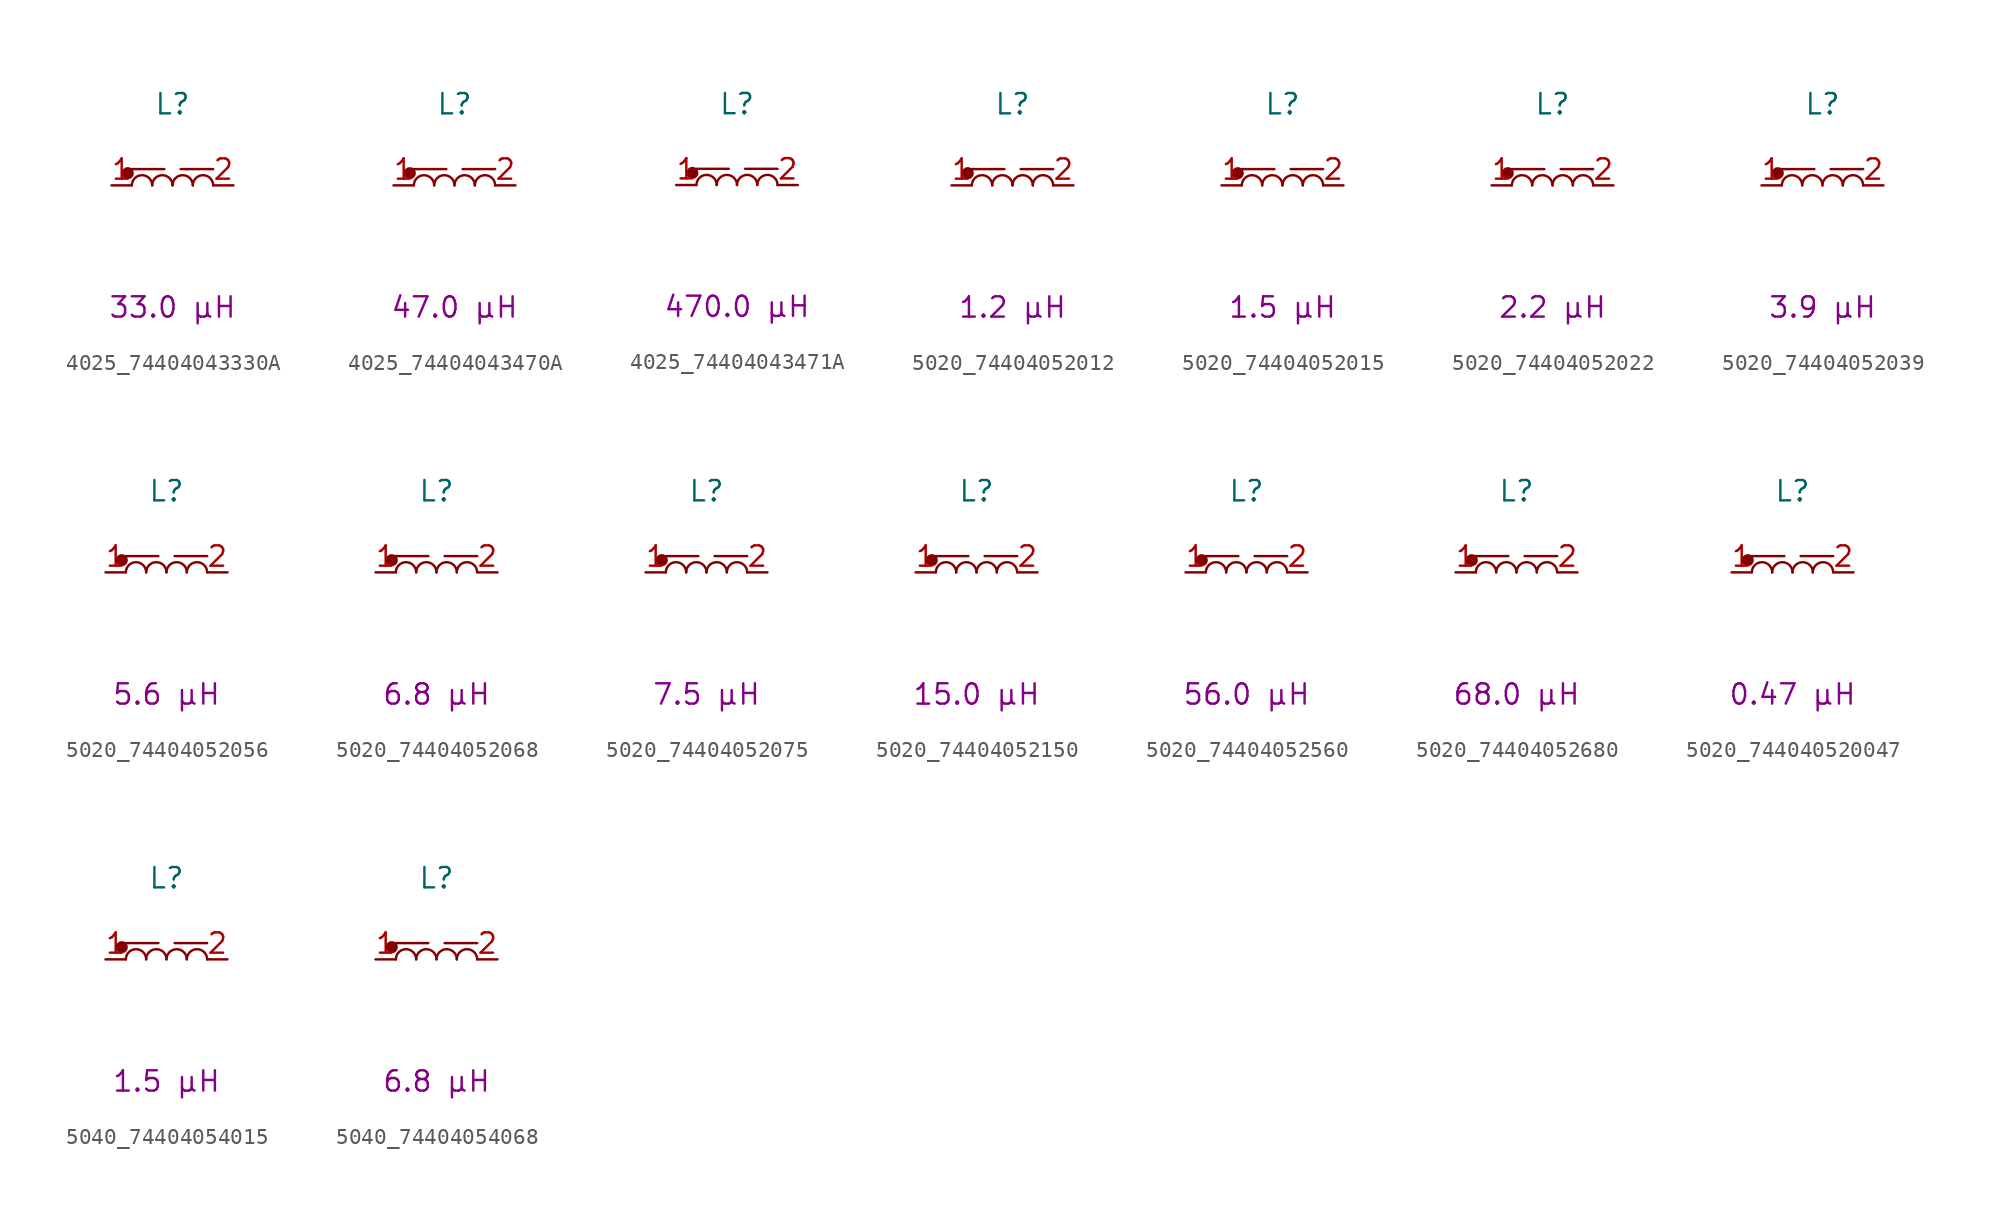
<source format=kicad_sym>
(kicad_symbol_lib
  (version 20220914)
  (generator kicad_symbol_editor)
  (symbol "4025_74404043330A"
    (pin_names hide)
    (property "Reference" "L"
      (at 0 5.08 0)
      (effects (font (size 1.27 1.27))))
    (property "Critical Parameter" "33.0 µH"
      (at 0 -7.62 0)
      (effects (font (size 1.27 1.27))))
    (symbol "4025_74404043330A_0_1"
      (arc (start -1.27 0) (mid -1.905 0.6323) (end -2.54 0) (stroke (width 0) (type default)) (fill (type none)))
      (arc (start 0 0) (mid -0.635 0.6323) (end -1.27 0) (stroke (width 0) (type default)) (fill (type none)))
      (polyline (pts (xy -2.54 1.016) (xy -0.508 1.016)) (stroke (width 0) (type default)) (fill (type none)))
      (arc (start 1.27 0) (mid 0.635 0.6323) (end 0 0) (stroke (width 0) (type default)) (fill (type none)))
      (arc (start 2.54 0) (mid 1.905 0.6323) (end 1.27 0) (stroke (width 0) (type default)) (fill (type none))))
    (symbol "4025_74404043330A_1_1"
      (circle (center -2.794 0.762) (radius 0.0001) (stroke (width 0.381) (type default)) (fill (type none)))
      (polyline (pts (xy 2.54 1.016) (xy 0.508 1.016)) (stroke (width 0) (type default)) (fill (type none)))
      (pin passive line (at -3.81 0 0) (length 1.27) (name "1" (effects (font (size 1.27 1.27)))) (number "1" (effects (font (size 1.27 1.27)))))
      (pin passive line (at 3.81 0 180) (length 1.27) (name "2" (effects (font (size 1.27 1.27)))) (number "2" (effects (font (size 1.27 1.27)))))))
  (symbol "4025_74404043470A"
    (pin_names hide)
    (property "Reference" "L"
      (at 0 5.08 0)
      (effects (font (size 1.27 1.27))))
    (property "Critical Parameter" "47.0 µH"
      (at 0 -7.62 0)
      (effects (font (size 1.27 1.27))))
    (symbol "4025_74404043470A_0_1"
      (arc (start -1.27 0) (mid -1.905 0.6323) (end -2.54 0) (stroke (width 0) (type default)) (fill (type none)))
      (arc (start 0 0) (mid -0.635 0.6323) (end -1.27 0) (stroke (width 0) (type default)) (fill (type none)))
      (polyline (pts (xy -2.54 1.016) (xy -0.508 1.016)) (stroke (width 0) (type default)) (fill (type none)))
      (arc (start 1.27 0) (mid 0.635 0.6323) (end 0 0) (stroke (width 0) (type default)) (fill (type none)))
      (arc (start 2.54 0) (mid 1.905 0.6323) (end 1.27 0) (stroke (width 0) (type default)) (fill (type none))))
    (symbol "4025_74404043470A_1_1"
      (circle (center -2.794 0.762) (radius 0.0001) (stroke (width 0.381) (type default)) (fill (type none)))
      (polyline (pts (xy 2.54 1.016) (xy 0.508 1.016)) (stroke (width 0) (type default)) (fill (type none)))
      (pin passive line (at -3.81 0 0) (length 1.27) (name "1" (effects (font (size 1.27 1.27)))) (number "1" (effects (font (size 1.27 1.27)))))
      (pin passive line (at 3.81 0 180) (length 1.27) (name "2" (effects (font (size 1.27 1.27)))) (number "2" (effects (font (size 1.27 1.27)))))))
  (symbol "4025_74404043471A"
    (pin_names hide)
    (property "Reference" "L"
      (at 0 5.08 0)
      (effects (font (size 1.27 1.27))))
    (property "Critical Parameter" "470.0 µH"
      (at 0 -7.62 0)
      (effects (font (size 1.27 1.27))))
    (symbol "4025_74404043471A_0_1"
      (arc (start -1.27 0) (mid -1.905 0.6323) (end -2.54 0) (stroke (width 0) (type default)) (fill (type none)))
      (arc (start 0 0) (mid -0.635 0.6323) (end -1.27 0) (stroke (width 0) (type default)) (fill (type none)))
      (polyline (pts (xy -2.54 1.016) (xy -0.508 1.016)) (stroke (width 0) (type default)) (fill (type none)))
      (arc (start 1.27 0) (mid 0.635 0.6323) (end 0 0) (stroke (width 0) (type default)) (fill (type none)))
      (arc (start 2.54 0) (mid 1.905 0.6323) (end 1.27 0) (stroke (width 0) (type default)) (fill (type none))))
    (symbol "4025_74404043471A_1_1"
      (circle (center -2.794 0.762) (radius 0.0001) (stroke (width 0.381) (type default)) (fill (type none)))
      (polyline (pts (xy 2.54 1.016) (xy 0.508 1.016)) (stroke (width 0) (type default)) (fill (type none)))
      (pin passive line (at -3.81 0 0) (length 1.27) (name "1" (effects (font (size 1.27 1.27)))) (number "1" (effects (font (size 1.27 1.27)))))
      (pin passive line (at 3.81 0 180) (length 1.27) (name "2" (effects (font (size 1.27 1.27)))) (number "2" (effects (font (size 1.27 1.27)))))))
  (symbol "5020_74404052012"
    (pin_names hide)
    (property "Reference" "L"
      (at 0 5.08 0)
      (effects (font (size 1.27 1.27))))
    (property "Critical Parameter" "1.2 µH"
      (at 0 -7.62 0)
      (effects (font (size 1.27 1.27))))
    (symbol "5020_74404052012_0_1"
      (arc (start -1.27 0) (mid -1.905 0.6323) (end -2.54 0) (stroke (width 0) (type default)) (fill (type none)))
      (arc (start 0 0) (mid -0.635 0.6323) (end -1.27 0) (stroke (width 0) (type default)) (fill (type none)))
      (polyline (pts (xy -2.54 1.016) (xy -0.508 1.016)) (stroke (width 0) (type default)) (fill (type none)))
      (arc (start 1.27 0) (mid 0.635 0.6323) (end 0 0) (stroke (width 0) (type default)) (fill (type none)))
      (arc (start 2.54 0) (mid 1.905 0.6323) (end 1.27 0) (stroke (width 0) (type default)) (fill (type none))))
    (symbol "5020_74404052012_1_1"
      (circle (center -2.794 0.762) (radius 0.0001) (stroke (width 0.381) (type default)) (fill (type none)))
      (polyline (pts (xy 2.54 1.016) (xy 0.508 1.016)) (stroke (width 0) (type default)) (fill (type none)))
      (pin passive line (at -3.81 0 0) (length 1.27) (name "1" (effects (font (size 1.27 1.27)))) (number "1" (effects (font (size 1.27 1.27)))))
      (pin passive line (at 3.81 0 180) (length 1.27) (name "2" (effects (font (size 1.27 1.27)))) (number "2" (effects (font (size 1.27 1.27)))))))
  (symbol "5020_74404052015"
    (pin_names hide)
    (property "Reference" "L"
      (at 0 5.08 0)
      (effects (font (size 1.27 1.27))))
    (property "Critical Parameter" "1.5 µH"
      (at 0 -7.62 0)
      (effects (font (size 1.27 1.27))))
    (symbol "5020_74404052015_0_1"
      (arc (start -1.27 0) (mid -1.905 0.6323) (end -2.54 0) (stroke (width 0) (type default)) (fill (type none)))
      (arc (start 0 0) (mid -0.635 0.6323) (end -1.27 0) (stroke (width 0) (type default)) (fill (type none)))
      (polyline (pts (xy -2.54 1.016) (xy -0.508 1.016)) (stroke (width 0) (type default)) (fill (type none)))
      (arc (start 1.27 0) (mid 0.635 0.6323) (end 0 0) (stroke (width 0) (type default)) (fill (type none)))
      (arc (start 2.54 0) (mid 1.905 0.6323) (end 1.27 0) (stroke (width 0) (type default)) (fill (type none))))
    (symbol "5020_74404052015_1_1"
      (circle (center -2.794 0.762) (radius 0.0001) (stroke (width 0.381) (type default)) (fill (type none)))
      (polyline (pts (xy 2.54 1.016) (xy 0.508 1.016)) (stroke (width 0) (type default)) (fill (type none)))
      (pin passive line (at -3.81 0 0) (length 1.27) (name "1" (effects (font (size 1.27 1.27)))) (number "1" (effects (font (size 1.27 1.27)))))
      (pin passive line (at 3.81 0 180) (length 1.27) (name "2" (effects (font (size 1.27 1.27)))) (number "2" (effects (font (size 1.27 1.27)))))))
  (symbol "5020_74404052022"
    (pin_names hide)
    (property "Reference" "L"
      (at 0 5.08 0)
      (effects (font (size 1.27 1.27))))
    (property "Critical Parameter" "2.2 µH"
      (at 0 -7.62 0)
      (effects (font (size 1.27 1.27))))
    (symbol "5020_74404052022_0_1"
      (arc (start -1.27 0) (mid -1.905 0.6323) (end -2.54 0) (stroke (width 0) (type default)) (fill (type none)))
      (arc (start 0 0) (mid -0.635 0.6323) (end -1.27 0) (stroke (width 0) (type default)) (fill (type none)))
      (polyline (pts (xy -2.54 1.016) (xy -0.508 1.016)) (stroke (width 0) (type default)) (fill (type none)))
      (arc (start 1.27 0) (mid 0.635 0.6323) (end 0 0) (stroke (width 0) (type default)) (fill (type none)))
      (arc (start 2.54 0) (mid 1.905 0.6323) (end 1.27 0) (stroke (width 0) (type default)) (fill (type none))))
    (symbol "5020_74404052022_1_1"
      (circle (center -2.794 0.762) (radius 0.0001) (stroke (width 0.381) (type default)) (fill (type none)))
      (polyline (pts (xy 2.54 1.016) (xy 0.508 1.016)) (stroke (width 0) (type default)) (fill (type none)))
      (pin passive line (at -3.81 0 0) (length 1.27) (name "1" (effects (font (size 1.27 1.27)))) (number "1" (effects (font (size 1.27 1.27)))))
      (pin passive line (at 3.81 0 180) (length 1.27) (name "2" (effects (font (size 1.27 1.27)))) (number "2" (effects (font (size 1.27 1.27)))))))
  (symbol "5020_74404052039"
    (pin_names hide)
    (property "Reference" "L"
      (at 0 5.08 0)
      (effects (font (size 1.27 1.27))))
    (property "Critical Parameter" "3.9 µH"
      (at 0 -7.62 0)
      (effects (font (size 1.27 1.27))))
    (symbol "5020_74404052039_0_1"
      (arc (start -1.27 0) (mid -1.905 0.6323) (end -2.54 0) (stroke (width 0) (type default)) (fill (type none)))
      (arc (start 0 0) (mid -0.635 0.6323) (end -1.27 0) (stroke (width 0) (type default)) (fill (type none)))
      (polyline (pts (xy -2.54 1.016) (xy -0.508 1.016)) (stroke (width 0) (type default)) (fill (type none)))
      (arc (start 1.27 0) (mid 0.635 0.6323) (end 0 0) (stroke (width 0) (type default)) (fill (type none)))
      (arc (start 2.54 0) (mid 1.905 0.6323) (end 1.27 0) (stroke (width 0) (type default)) (fill (type none))))
    (symbol "5020_74404052039_1_1"
      (circle (center -2.794 0.762) (radius 0.0001) (stroke (width 0.381) (type default)) (fill (type none)))
      (polyline (pts (xy 2.54 1.016) (xy 0.508 1.016)) (stroke (width 0) (type default)) (fill (type none)))
      (pin passive line (at -3.81 0 0) (length 1.27) (name "1" (effects (font (size 1.27 1.27)))) (number "1" (effects (font (size 1.27 1.27)))))
      (pin passive line (at 3.81 0 180) (length 1.27) (name "2" (effects (font (size 1.27 1.27)))) (number "2" (effects (font (size 1.27 1.27)))))))
  (symbol "5020_74404052056"
    (pin_names hide)
    (property "Reference" "L"
      (at 0 5.08 0)
      (effects (font (size 1.27 1.27))))
    (property "Critical Parameter" "5.6 µH"
      (at 0 -7.62 0)
      (effects (font (size 1.27 1.27))))
    (symbol "5020_74404052056_0_1"
      (arc (start -1.27 0) (mid -1.905 0.6323) (end -2.54 0) (stroke (width 0) (type default)) (fill (type none)))
      (arc (start 0 0) (mid -0.635 0.6323) (end -1.27 0) (stroke (width 0) (type default)) (fill (type none)))
      (polyline (pts (xy -2.54 1.016) (xy -0.508 1.016)) (stroke (width 0) (type default)) (fill (type none)))
      (arc (start 1.27 0) (mid 0.635 0.6323) (end 0 0) (stroke (width 0) (type default)) (fill (type none)))
      (arc (start 2.54 0) (mid 1.905 0.6323) (end 1.27 0) (stroke (width 0) (type default)) (fill (type none))))
    (symbol "5020_74404052056_1_1"
      (circle (center -2.794 0.762) (radius 0.0001) (stroke (width 0.381) (type default)) (fill (type none)))
      (polyline (pts (xy 2.54 1.016) (xy 0.508 1.016)) (stroke (width 0) (type default)) (fill (type none)))
      (pin passive line (at -3.81 0 0) (length 1.27) (name "1" (effects (font (size 1.27 1.27)))) (number "1" (effects (font (size 1.27 1.27)))))
      (pin passive line (at 3.81 0 180) (length 1.27) (name "2" (effects (font (size 1.27 1.27)))) (number "2" (effects (font (size 1.27 1.27)))))))
  (symbol "5020_74404052068"
    (pin_names hide)
    (property "Reference" "L"
      (at 0 5.08 0)
      (effects (font (size 1.27 1.27))))
    (property "Critical Parameter" "6.8 µH"
      (at 0 -7.62 0)
      (effects (font (size 1.27 1.27))))
    (symbol "5020_74404052068_0_1"
      (arc (start -1.27 0) (mid -1.905 0.6323) (end -2.54 0) (stroke (width 0) (type default)) (fill (type none)))
      (arc (start 0 0) (mid -0.635 0.6323) (end -1.27 0) (stroke (width 0) (type default)) (fill (type none)))
      (polyline (pts (xy -2.54 1.016) (xy -0.508 1.016)) (stroke (width 0) (type default)) (fill (type none)))
      (arc (start 1.27 0) (mid 0.635 0.6323) (end 0 0) (stroke (width 0) (type default)) (fill (type none)))
      (arc (start 2.54 0) (mid 1.905 0.6323) (end 1.27 0) (stroke (width 0) (type default)) (fill (type none))))
    (symbol "5020_74404052068_1_1"
      (circle (center -2.794 0.762) (radius 0.0001) (stroke (width 0.381) (type default)) (fill (type none)))
      (polyline (pts (xy 2.54 1.016) (xy 0.508 1.016)) (stroke (width 0) (type default)) (fill (type none)))
      (pin passive line (at -3.81 0 0) (length 1.27) (name "1" (effects (font (size 1.27 1.27)))) (number "1" (effects (font (size 1.27 1.27)))))
      (pin passive line (at 3.81 0 180) (length 1.27) (name "2" (effects (font (size 1.27 1.27)))) (number "2" (effects (font (size 1.27 1.27)))))))
  (symbol "5020_74404052075"
    (pin_names hide)
    (property "Reference" "L"
      (at 0 5.08 0)
      (effects (font (size 1.27 1.27))))
    (property "Critical Parameter" "7.5 µH"
      (at 0 -7.62 0)
      (effects (font (size 1.27 1.27))))
    (symbol "5020_74404052075_0_1"
      (arc (start -1.27 0) (mid -1.905 0.6323) (end -2.54 0) (stroke (width 0) (type default)) (fill (type none)))
      (arc (start 0 0) (mid -0.635 0.6323) (end -1.27 0) (stroke (width 0) (type default)) (fill (type none)))
      (polyline (pts (xy -2.54 1.016) (xy -0.508 1.016)) (stroke (width 0) (type default)) (fill (type none)))
      (arc (start 1.27 0) (mid 0.635 0.6323) (end 0 0) (stroke (width 0) (type default)) (fill (type none)))
      (arc (start 2.54 0) (mid 1.905 0.6323) (end 1.27 0) (stroke (width 0) (type default)) (fill (type none))))
    (symbol "5020_74404052075_1_1"
      (circle (center -2.794 0.762) (radius 0.0001) (stroke (width 0.381) (type default)) (fill (type none)))
      (polyline (pts (xy 2.54 1.016) (xy 0.508 1.016)) (stroke (width 0) (type default)) (fill (type none)))
      (pin passive line (at -3.81 0 0) (length 1.27) (name "1" (effects (font (size 1.27 1.27)))) (number "1" (effects (font (size 1.27 1.27)))))
      (pin passive line (at 3.81 0 180) (length 1.27) (name "2" (effects (font (size 1.27 1.27)))) (number "2" (effects (font (size 1.27 1.27)))))))
  (symbol "5020_74404052150"
    (pin_names hide)
    (property "Reference" "L"
      (at 0 5.08 0)
      (effects (font (size 1.27 1.27))))
    (property "Critical Parameter" "15.0 µH"
      (at 0 -7.62 0)
      (effects (font (size 1.27 1.27))))
    (symbol "5020_74404052150_0_1"
      (arc (start -1.27 0) (mid -1.905 0.6323) (end -2.54 0) (stroke (width 0) (type default)) (fill (type none)))
      (arc (start 0 0) (mid -0.635 0.6323) (end -1.27 0) (stroke (width 0) (type default)) (fill (type none)))
      (polyline (pts (xy -2.54 1.016) (xy -0.508 1.016)) (stroke (width 0) (type default)) (fill (type none)))
      (arc (start 1.27 0) (mid 0.635 0.6323) (end 0 0) (stroke (width 0) (type default)) (fill (type none)))
      (arc (start 2.54 0) (mid 1.905 0.6323) (end 1.27 0) (stroke (width 0) (type default)) (fill (type none))))
    (symbol "5020_74404052150_1_1"
      (circle (center -2.794 0.762) (radius 0.0001) (stroke (width 0.381) (type default)) (fill (type none)))
      (polyline (pts (xy 2.54 1.016) (xy 0.508 1.016)) (stroke (width 0) (type default)) (fill (type none)))
      (pin passive line (at -3.81 0 0) (length 1.27) (name "1" (effects (font (size 1.27 1.27)))) (number "1" (effects (font (size 1.27 1.27)))))
      (pin passive line (at 3.81 0 180) (length 1.27) (name "2" (effects (font (size 1.27 1.27)))) (number "2" (effects (font (size 1.27 1.27)))))))
  (symbol "5020_74404052560"
    (pin_names hide)
    (property "Reference" "L"
      (at 0 5.08 0)
      (effects (font (size 1.27 1.27))))
    (property "Critical Parameter" "56.0 µH"
      (at 0 -7.62 0)
      (effects (font (size 1.27 1.27))))
    (symbol "5020_74404052560_0_1"
      (arc (start -1.27 0) (mid -1.905 0.6323) (end -2.54 0) (stroke (width 0) (type default)) (fill (type none)))
      (arc (start 0 0) (mid -0.635 0.6323) (end -1.27 0) (stroke (width 0) (type default)) (fill (type none)))
      (polyline (pts (xy -2.54 1.016) (xy -0.508 1.016)) (stroke (width 0) (type default)) (fill (type none)))
      (arc (start 1.27 0) (mid 0.635 0.6323) (end 0 0) (stroke (width 0) (type default)) (fill (type none)))
      (arc (start 2.54 0) (mid 1.905 0.6323) (end 1.27 0) (stroke (width 0) (type default)) (fill (type none))))
    (symbol "5020_74404052560_1_1"
      (circle (center -2.794 0.762) (radius 0.0001) (stroke (width 0.381) (type default)) (fill (type none)))
      (polyline (pts (xy 2.54 1.016) (xy 0.508 1.016)) (stroke (width 0) (type default)) (fill (type none)))
      (pin passive line (at -3.81 0 0) (length 1.27) (name "1" (effects (font (size 1.27 1.27)))) (number "1" (effects (font (size 1.27 1.27)))))
      (pin passive line (at 3.81 0 180) (length 1.27) (name "2" (effects (font (size 1.27 1.27)))) (number "2" (effects (font (size 1.27 1.27)))))))
  (symbol "5020_74404052680"
    (pin_names hide)
    (property "Reference" "L"
      (at 0 5.08 0)
      (effects (font (size 1.27 1.27))))
    (property "Critical Parameter" "68.0 µH"
      (at 0 -7.62 0)
      (effects (font (size 1.27 1.27))))
    (symbol "5020_74404052680_0_1"
      (arc (start -1.27 0) (mid -1.905 0.6323) (end -2.54 0) (stroke (width 0) (type default)) (fill (type none)))
      (arc (start 0 0) (mid -0.635 0.6323) (end -1.27 0) (stroke (width 0) (type default)) (fill (type none)))
      (polyline (pts (xy -2.54 1.016) (xy -0.508 1.016)) (stroke (width 0) (type default)) (fill (type none)))
      (arc (start 1.27 0) (mid 0.635 0.6323) (end 0 0) (stroke (width 0) (type default)) (fill (type none)))
      (arc (start 2.54 0) (mid 1.905 0.6323) (end 1.27 0) (stroke (width 0) (type default)) (fill (type none))))
    (symbol "5020_74404052680_1_1"
      (circle (center -2.794 0.762) (radius 0.0001) (stroke (width 0.381) (type default)) (fill (type none)))
      (polyline (pts (xy 2.54 1.016) (xy 0.508 1.016)) (stroke (width 0) (type default)) (fill (type none)))
      (pin passive line (at -3.81 0 0) (length 1.27) (name "1" (effects (font (size 1.27 1.27)))) (number "1" (effects (font (size 1.27 1.27)))))
      (pin passive line (at 3.81 0 180) (length 1.27) (name "2" (effects (font (size 1.27 1.27)))) (number "2" (effects (font (size 1.27 1.27)))))))
  (symbol "5020_744040520047"
    (pin_names hide)
    (property "Reference" "L"
      (at 0 5.08 0)
      (effects (font (size 1.27 1.27))))
    (property "Critical Parameter" "0.47 µH"
      (at 0 -7.62 0)
      (effects (font (size 1.27 1.27))))
    (symbol "5020_744040520047_0_1"
      (arc (start -1.27 0) (mid -1.905 0.6323) (end -2.54 0) (stroke (width 0) (type default)) (fill (type none)))
      (arc (start 0 0) (mid -0.635 0.6323) (end -1.27 0) (stroke (width 0) (type default)) (fill (type none)))
      (polyline (pts (xy -2.54 1.016) (xy -0.508 1.016)) (stroke (width 0) (type default)) (fill (type none)))
      (arc (start 1.27 0) (mid 0.635 0.6323) (end 0 0) (stroke (width 0) (type default)) (fill (type none)))
      (arc (start 2.54 0) (mid 1.905 0.6323) (end 1.27 0) (stroke (width 0) (type default)) (fill (type none))))
    (symbol "5020_744040520047_1_1"
      (circle (center -2.794 0.762) (radius 0.0001) (stroke (width 0.381) (type default)) (fill (type none)))
      (polyline (pts (xy 2.54 1.016) (xy 0.508 1.016)) (stroke (width 0) (type default)) (fill (type none)))
      (pin passive line (at -3.81 0 0) (length 1.27) (name "1" (effects (font (size 1.27 1.27)))) (number "1" (effects (font (size 1.27 1.27)))))
      (pin passive line (at 3.81 0 180) (length 1.27) (name "2" (effects (font (size 1.27 1.27)))) (number "2" (effects (font (size 1.27 1.27)))))))
  (symbol "5040_74404054015"
    (pin_names hide)
    (property "Reference" "L"
      (at 0 5.08 0)
      (effects (font (size 1.27 1.27))))
    (property "Critical Parameter" "1.5 µH"
      (at 0 -7.62 0)
      (effects (font (size 1.27 1.27))))
    (symbol "5040_74404054015_0_1"
      (arc (start -1.27 0) (mid -1.905 0.6323) (end -2.54 0) (stroke (width 0) (type default)) (fill (type none)))
      (arc (start 0 0) (mid -0.635 0.6323) (end -1.27 0) (stroke (width 0) (type default)) (fill (type none)))
      (polyline (pts (xy -2.54 1.016) (xy -0.508 1.016)) (stroke (width 0) (type default)) (fill (type none)))
      (arc (start 1.27 0) (mid 0.635 0.6323) (end 0 0) (stroke (width 0) (type default)) (fill (type none)))
      (arc (start 2.54 0) (mid 1.905 0.6323) (end 1.27 0) (stroke (width 0) (type default)) (fill (type none))))
    (symbol "5040_74404054015_1_1"
      (circle (center -2.794 0.762) (radius 0.0001) (stroke (width 0.381) (type default)) (fill (type none)))
      (polyline (pts (xy 2.54 1.016) (xy 0.508 1.016)) (stroke (width 0) (type default)) (fill (type none)))
      (pin passive line (at -3.81 0 0) (length 1.27) (name "1" (effects (font (size 1.27 1.27)))) (number "1" (effects (font (size 1.27 1.27)))))
      (pin passive line (at 3.81 0 180) (length 1.27) (name "2" (effects (font (size 1.27 1.27)))) (number "2" (effects (font (size 1.27 1.27)))))))
  (symbol "5040_74404054068"
    (pin_names hide)
    (property "Reference" "L"
      (at 0 5.08 0)
      (effects (font (size 1.27 1.27))))
    (property "Critical Parameter" "6.8 µH"
      (at 0 -7.62 0)
      (effects (font (size 1.27 1.27))))
    (symbol "5040_74404054068_0_1"
      (arc (start -1.27 0) (mid -1.905 0.6323) (end -2.54 0) (stroke (width 0) (type default)) (fill (type none)))
      (arc (start 0 0) (mid -0.635 0.6323) (end -1.27 0) (stroke (width 0) (type default)) (fill (type none)))
      (polyline (pts (xy -2.54 1.016) (xy -0.508 1.016)) (stroke (width 0) (type default)) (fill (type none)))
      (arc (start 1.27 0) (mid 0.635 0.6323) (end 0 0) (stroke (width 0) (type default)) (fill (type none)))
      (arc (start 2.54 0) (mid 1.905 0.6323) (end 1.27 0) (stroke (width 0) (type default)) (fill (type none))))
    (symbol "5040_74404054068_1_1"
      (circle (center -2.794 0.762) (radius 0.0001) (stroke (width 0.381) (type default)) (fill (type none)))
      (polyline (pts (xy 2.54 1.016) (xy 0.508 1.016)) (stroke (width 0) (type default)) (fill (type none)))
      (pin passive line (at -3.81 0 0) (length 1.27) (name "1" (effects (font (size 1.27 1.27)))) (number "1" (effects (font (size 1.27 1.27)))))
      (pin passive line (at 3.81 0 180) (length 1.27) (name "2" (effects (font (size 1.27 1.27)))) (number "2" (effects (font (size 1.27 1.27))))))))
</source>
